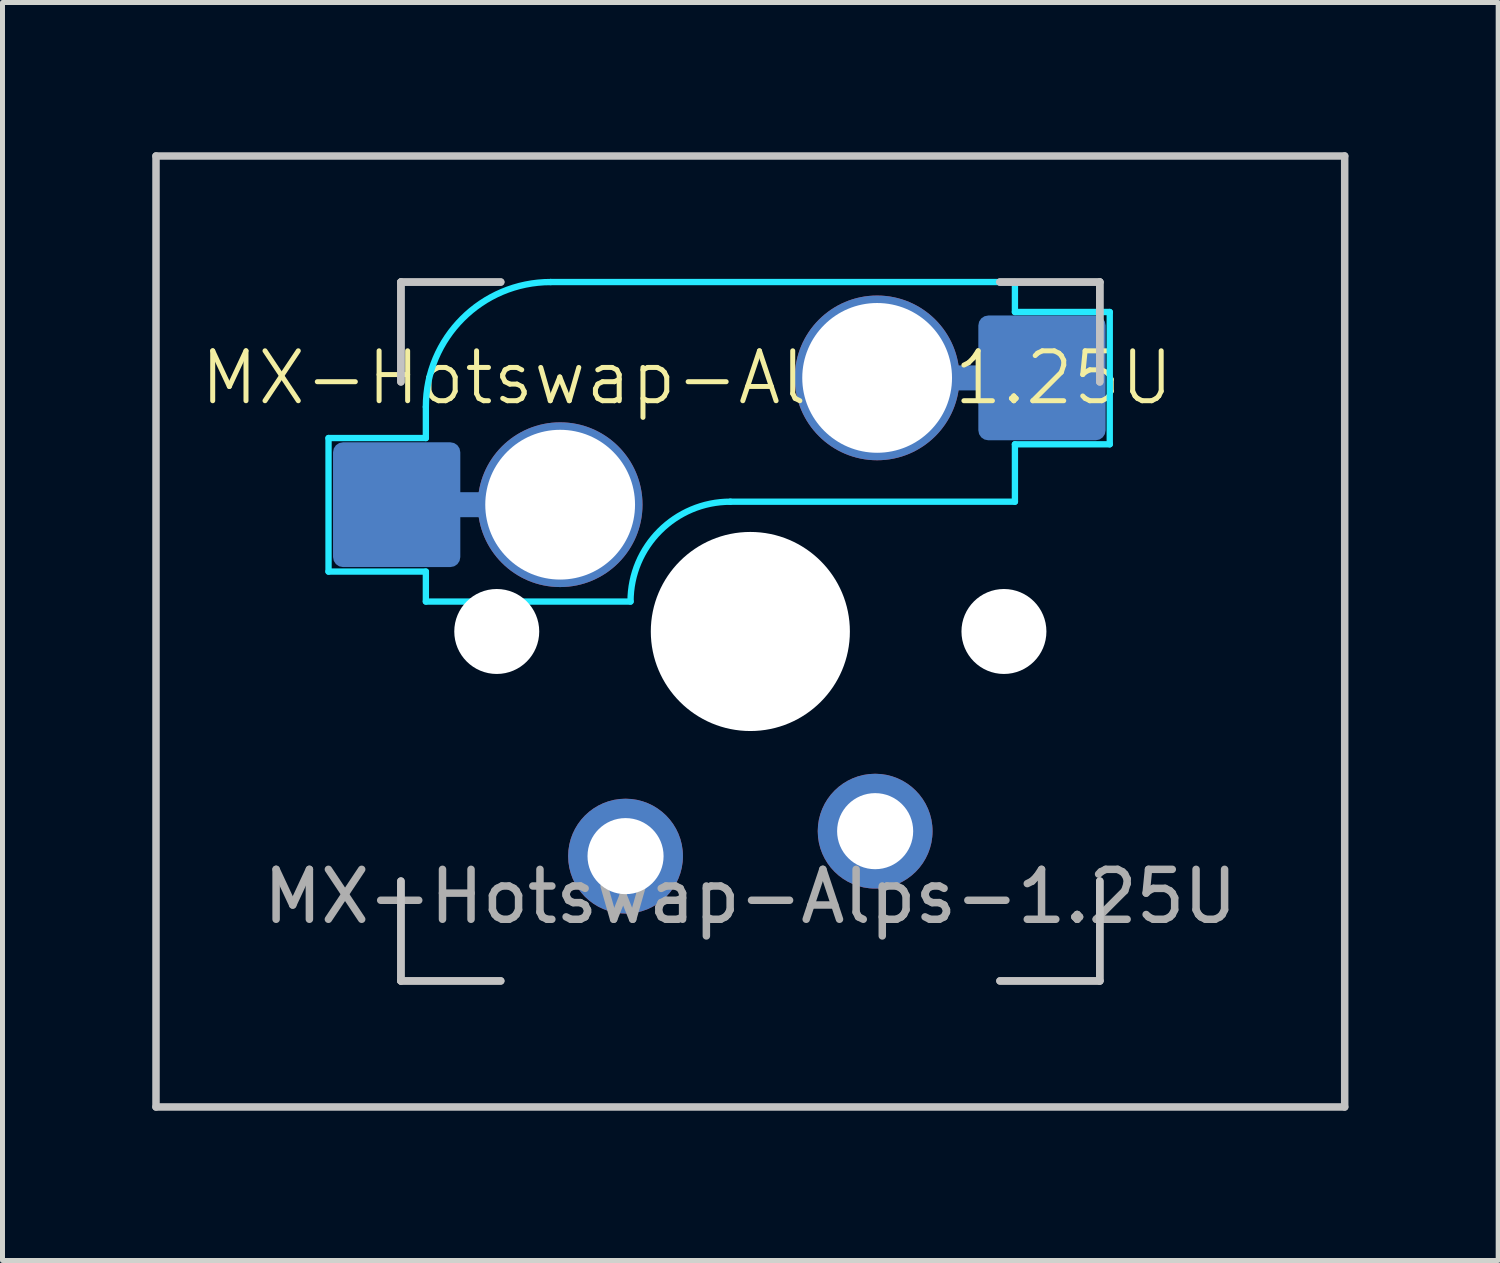
<source format=kicad_pcb>
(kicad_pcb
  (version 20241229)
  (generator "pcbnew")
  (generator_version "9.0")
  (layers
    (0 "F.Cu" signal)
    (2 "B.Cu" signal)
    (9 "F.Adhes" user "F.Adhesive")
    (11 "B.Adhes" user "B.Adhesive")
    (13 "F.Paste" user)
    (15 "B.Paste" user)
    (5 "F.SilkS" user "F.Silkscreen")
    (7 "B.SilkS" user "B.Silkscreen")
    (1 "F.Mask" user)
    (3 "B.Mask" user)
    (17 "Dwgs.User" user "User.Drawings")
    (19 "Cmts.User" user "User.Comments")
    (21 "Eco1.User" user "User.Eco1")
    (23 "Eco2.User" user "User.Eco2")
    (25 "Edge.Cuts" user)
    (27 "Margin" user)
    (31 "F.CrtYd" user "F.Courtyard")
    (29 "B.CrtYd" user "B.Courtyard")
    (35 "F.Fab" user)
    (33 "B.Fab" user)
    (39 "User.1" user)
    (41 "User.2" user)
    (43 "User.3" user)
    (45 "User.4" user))
  (footprint "MX-Hotswap-Alps-1.25U"
    (layer "F.Cu")
    (at 11.981 9.6)
    (property "Reference" "MX-Hotswap-Alps-1.25U" (at -1.27 -5.08 0) (unlocked yes) (layer "F.SilkS") (effects (font (size 1 1) (thickness 0.1))))
    (attr smd exclude_from_bom)
    (fp_line (start -11.906 9.525) (end -11.906 -9.525) (stroke (width 0.15) (type solid)) (layer "Dwgs.User"))
    (fp_line (start -7 -7) (end -7 -5) (stroke (width 0.15) (type solid)) (layer "Dwgs.User"))
    (fp_line (start -7 -7) (end -7 -5) (stroke (width 0.15) (type solid)) (layer "Dwgs.User"))
    (fp_line (start -7 5) (end -7 7) (stroke (width 0.15) (type solid)) (layer "Dwgs.User"))
    (fp_line (start -7 7) (end -7 5) (stroke (width 0.15) (type solid)) (layer "Dwgs.User"))
    (fp_line (start -7 7) (end -5 7) (stroke (width 0.15) (type solid)) (layer "Dwgs.User"))
    (fp_line (start -5 -7) (end -7 -7) (stroke (width 0.15) (type solid)) (layer "Dwgs.User"))
    (fp_line (start -5 -7) (end -7 -7) (stroke (width 0.15) (type solid)) (layer "Dwgs.User"))
    (fp_line (start -5 7) (end -7 7) (stroke (width 0.15) (type solid)) (layer "Dwgs.User"))
    (fp_line (start 5 -7) (end 7 -7) (stroke (width 0.15) (type solid)) (layer "Dwgs.User"))
    (fp_line (start 5 7) (end 7 7) (stroke (width 0.15) (type solid)) (layer "Dwgs.User"))
    (fp_line (start 5 7) (end 7 7) (stroke (width 0.15) (type solid)) (layer "Dwgs.User"))
    (fp_line (start 7 -7) (end 5 -7) (stroke (width 0.15) (type solid)) (layer "Dwgs.User"))
    (fp_line (start 7 7) (end 7 5) (stroke (width 0.15) (type solid)) (layer "Dwgs.User"))
    (fp_line (start 7 -7) (end 7 -5) (stroke (width 0.15) (type solid)) (layer "Dwgs.User"))
    (fp_line (start 7 -5) (end 7 -7) (stroke (width 0.15) (type solid)) (layer "Dwgs.User"))
    (fp_line (start 7 7) (end 7 5) (stroke (width 0.15) (type solid)) (layer "Dwgs.User"))
    (fp_line (start 11.906 -9.525) (end -11.906 -9.525) (stroke (width 0.15) (type solid)) (layer "Dwgs.User"))
    (fp_line (start 11.906 9.525) (end -11.906 9.525) (stroke (width 0.15) (type solid)) (layer "Dwgs.User"))
    (fp_line (start 11.906 9.525) (end 11.906 -9.525) (stroke (width 0.15) (type solid)) (layer "Dwgs.User"))
    (fp_line (start -8.45 -3.875) (end -8.45 -1.2) (stroke (width 0.127) (type solid)) (layer "B.CrtYd"))
    (fp_line (start -8.45 -1.2) (end -6.5 -1.2) (stroke (width 0.127) (type solid)) (layer "B.CrtYd"))
    (fp_line (start -6.5 -4.5) (end -6.5 -3.875) (stroke (width 0.127) (type solid)) (layer "B.CrtYd"))
    (fp_line (start -6.5 -3.875) (end -8.45 -3.875) (stroke (width 0.127) (type solid)) (layer "B.CrtYd"))
    (fp_line (start -6.5 -0.6) (end -6.5 -1.2) (stroke (width 0.127) (type solid)) (layer "B.CrtYd"))
    (fp_line (start -6.5 -0.6) (end -2.4 -0.6) (stroke (width 0.127) (type solid)) (layer "B.CrtYd"))
    (fp_line (start -0.4 -2.6) (end 5.3 -2.6) (stroke (width 0.127) (type solid)) (layer "B.CrtYd"))
    (fp_line (start 5.3 -7) (end -4 -7) (stroke (width 0.127) (type solid)) (layer "B.CrtYd"))
    (fp_line (start 5.3 -7) (end 5.3 -6.4) (stroke (width 0.127) (type solid)) (layer "B.CrtYd"))
    (fp_line (start 5.3 -6.4) (end 7.2 -6.4) (stroke (width 0.127) (type solid)) (layer "B.CrtYd"))
    (fp_line (start 5.3 -2.6) (end 5.3 -3.75) (stroke (width 0.127) (type solid)) (layer "B.CrtYd"))
    (fp_line (start 7.2 -6.4) (end 7.2 -3.75) (stroke (width 0.127) (type solid)) (layer "B.CrtYd"))
    (fp_line (start 7.2 -3.75) (end 5.3 -3.75) (stroke (width 0.127) (type solid)) (layer "B.CrtYd"))
    (fp_arc (start -6.5 -4.5) (mid -5.767767 -6.267767) (end -4 -7) (stroke (width 0.127) (type solid)) (layer "B.CrtYd"))
    (fp_arc (start -2.4 -0.6) (mid -1.814214 -2.014214) (end -0.4 -2.6) (stroke (width 0.127) (type solid)) (layer "B.CrtYd"))
    (fp_text user "${REFERENCE}" (at 0 5.31 0) (unlocked yes) (layer "F.Fab") (effects (font (size 1 1) (thickness 0.15))))
    (pad "" np_thru_hole circle (at -5.08 0 48.099) (size 1.702 1.702) (drill 1.702) (layers "*.Cu" "*.Mask"))
    (pad "" np_thru_hole circle (at 0 0) (size 3.988 3.988) (drill 3.988) (layers "*.Cu" "*.Mask"))
    (pad "" np_thru_hole circle (at 5.08 0 48.099) (size 1.702 1.702) (drill 1.702) (layers "*.Cu" "*.Mask"))
    (pad "1" smd roundrect (at -7.085 -2.54) (size 2.55 2.5) (layers "B.Cu" "B.Mask" "B.Paste") (roundrect_rratio 0.08))
    (pad "1" smd roundrect (at -5.81 -2.54) (size 2.55 0.5) (layers "B.Cu") (roundrect_rratio 0.08))
    (pad "1" thru_hole circle (at -3.81 -2.54) (size 3.3 3.3) (drill 3) (layers "*.Cu"))
    (pad "1" thru_hole circle (at -2.5 4.5 180) (size 2.3 2.3) (drill 1.524) (layers "*.Cu" "B.Mask"))
    (pad "2" thru_hole circle (at 2.5 4 180) (size 2.3 2.3) (drill 1.524) (layers "*.Cu" "B.Mask"))
    (pad "2" thru_hole circle (at 2.54 -5.08) (size 3.3 3.3) (drill 3) (layers "*.Cu"))
    (pad "2" smd roundrect (at 4.567 -5.08) (size 2.55 0.5) (layers "B.Cu") (roundrect_rratio 0.08))
    (pad "2" smd roundrect (at 5.842 -5.08) (size 2.55 2.5) (layers "B.Cu" "B.Mask" "B.Paste") (roundrect_rratio 0.08)))
  (gr_rect
    (start -3 -3)
    (end 26.962 22.2)
    (stroke (width 0.1) (type default))
    (fill no)
    (layer "Edge.Cuts")))
</source>
